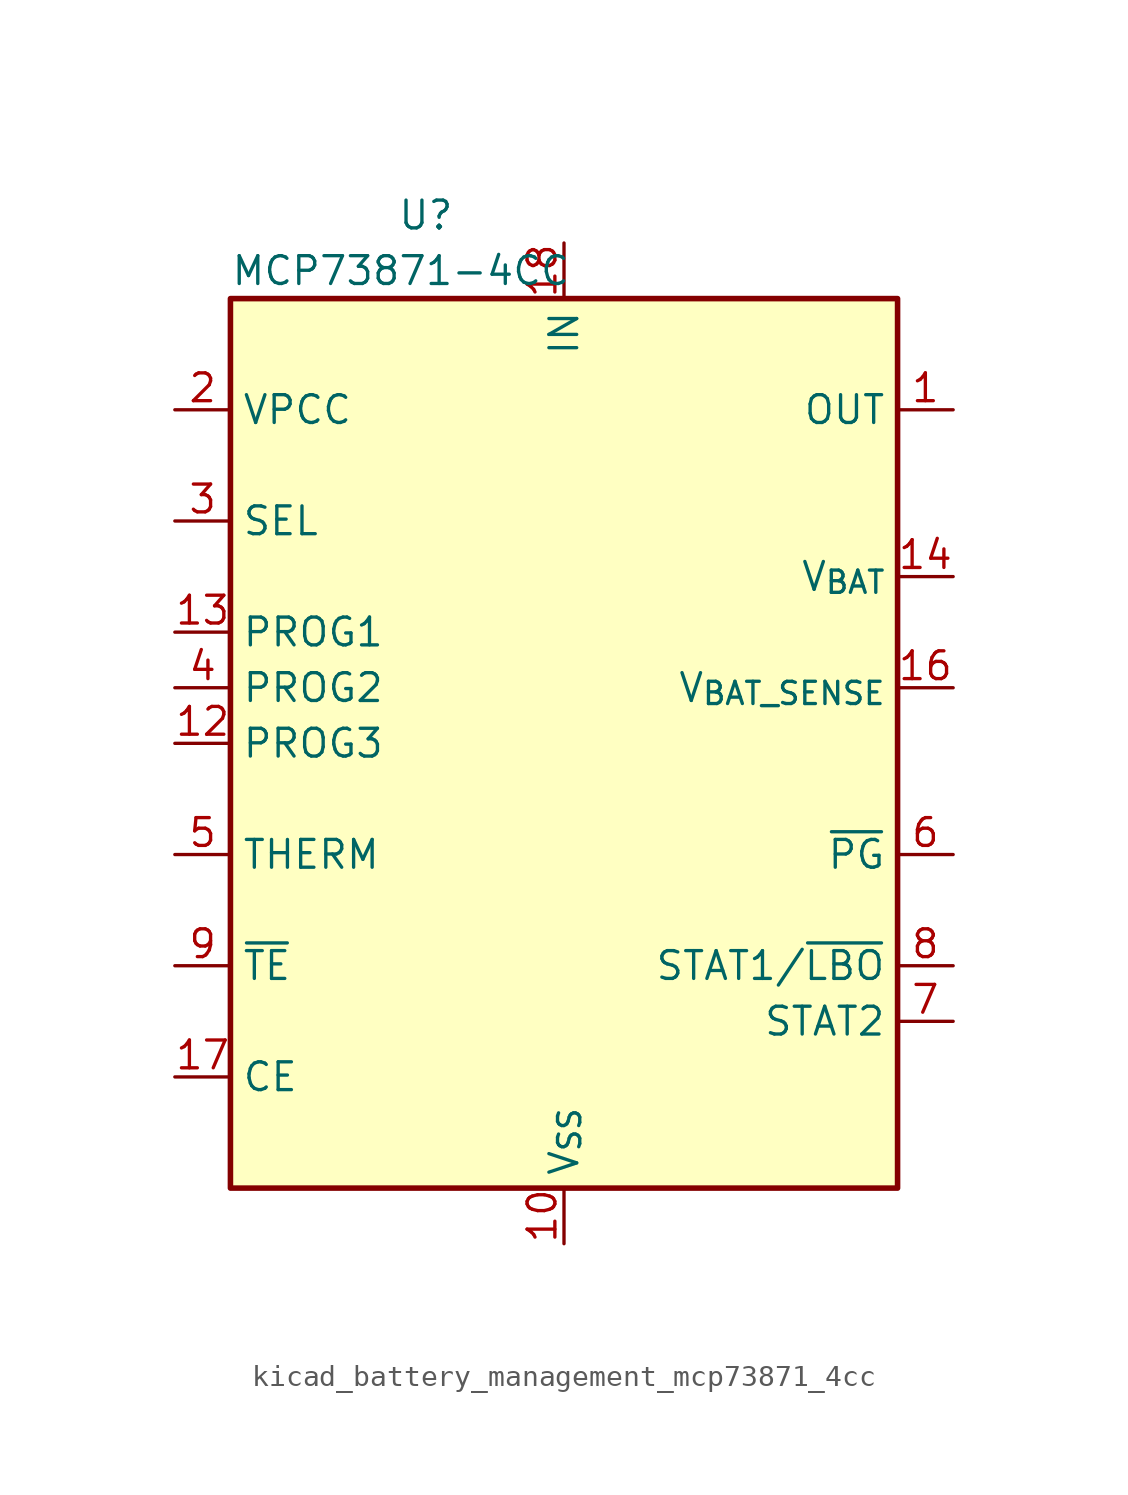
<source format=kicad_sym>
(kicad_symbol_lib
  (version 20220914)
  (generator kicad_symbol_editor)
  (symbol "kicad_battery_management_mcp73871_4cc"
    (property "Reference" "U"
      (at -7.62 24.13 0)
      (effects (font (size 1.27 1.27)) (justify left)))
    (property "Value" "MCP73871-4CC"
      (at -15.24 21.59 0)
      (effects (font (size 1.27 1.27)) (justify left)))
    (symbol "kicad_battery_management_mcp73871_4cc_0_1"
      (rectangle (start -15.24 20.32) (end 15.24 -20.32) (stroke (width 0.254) (type default)) (fill (type background))))
    (symbol "kicad_battery_management_mcp73871_4cc_1_1"
      (pin power_out line (at 17.78 15.24 180) (length 2.54) (name "OUT" (effects (font (size 1.27 1.27)))) (number "1" (effects (font (size 1.27 1.27)))))
      (pin power_in line (at 0 -22.86 90) (length 2.54) (name "V_{SS}" (effects (font (size 1.27 1.27)))) (number "10" (effects (font (size 1.27 1.27)))))
      (pin passive line (at 0 -22.86 90) (length 2.54) hide (name "V_{SS}" (effects (font (size 1.27 1.27)))) (number "11" (effects (font (size 1.27 1.27)))))
      (pin bidirectional line (at -17.78 0 0) (length 2.54) (name "PROG3" (effects (font (size 1.27 1.27)))) (number "12" (effects (font (size 1.27 1.27)))))
      (pin bidirectional line (at -17.78 5.08 0) (length 2.54) (name "PROG1" (effects (font (size 1.27 1.27)))) (number "13" (effects (font (size 1.27 1.27)))))
      (pin power_out line (at 17.78 7.62 180) (length 2.54) (name "V_{BAT}" (effects (font (size 1.27 1.27)))) (number "14" (effects (font (size 1.27 1.27)))))
      (pin passive line (at 17.78 7.62 180) (length 2.54) hide (name "V_{BAT}" (effects (font (size 1.27 1.27)))) (number "15" (effects (font (size 1.27 1.27)))))
      (pin input line (at 17.78 2.54 180) (length 2.54) (name "V_{BAT_SENSE}" (effects (font (size 1.27 1.27)))) (number "16" (effects (font (size 1.27 1.27)))))
      (pin input line (at -17.78 -15.24 0) (length 2.54) (name "CE" (effects (font (size 1.27 1.27)))) (number "17" (effects (font (size 1.27 1.27)))))
      (pin power_in line (at 0 22.86 270) (length 2.54) (name "IN" (effects (font (size 1.27 1.27)))) (number "18" (effects (font (size 1.27 1.27)))))
      (pin passive line (at 0 22.86 270) (length 2.54) hide (name "IN" (effects (font (size 1.27 1.27)))) (number "19" (effects (font (size 1.27 1.27)))))
      (pin input line (at -17.78 15.24 0) (length 2.54) (name "VPCC" (effects (font (size 1.27 1.27)))) (number "2" (effects (font (size 1.27 1.27)))))
      (pin passive line (at 17.78 15.24 180) (length 2.54) hide (name "OUT" (effects (font (size 1.27 1.27)))) (number "20" (effects (font (size 1.27 1.27)))))
      (pin passive line (at 0 -22.86 90) (length 2.54) hide (name "V_{SS}" (effects (font (size 1.27 1.27)))) (number "21" (effects (font (size 1.27 1.27)))))
      (pin input line (at -17.78 10.16 0) (length 2.54) (name "SEL" (effects (font (size 1.27 1.27)))) (number "3" (effects (font (size 1.27 1.27)))))
      (pin input line (at -17.78 2.54 0) (length 2.54) (name "PROG2" (effects (font (size 1.27 1.27)))) (number "4" (effects (font (size 1.27 1.27)))))
      (pin bidirectional line (at -17.78 -5.08 0) (length 2.54) (name "THERM" (effects (font (size 1.27 1.27)))) (number "5" (effects (font (size 1.27 1.27)))))
      (pin open_collector line (at 17.78 -5.08 180) (length 2.54) (name "~{PG}" (effects (font (size 1.27 1.27)))) (number "6" (effects (font (size 1.27 1.27)))))
      (pin open_collector line (at 17.78 -12.7 180) (length 2.54) (name "STAT2" (effects (font (size 1.27 1.27)))) (number "7" (effects (font (size 1.27 1.27)))))
      (pin open_collector line (at 17.78 -10.16 180) (length 2.54) (name "STAT1/~{LBO}" (effects (font (size 1.27 1.27)))) (number "8" (effects (font (size 1.27 1.27)))))
      (pin input line (at -17.78 -10.16 0) (length 2.54) (name "~{TE}" (effects (font (size 1.27 1.27)))) (number "9" (effects (font (size 1.27 1.27))))))))
</source>
